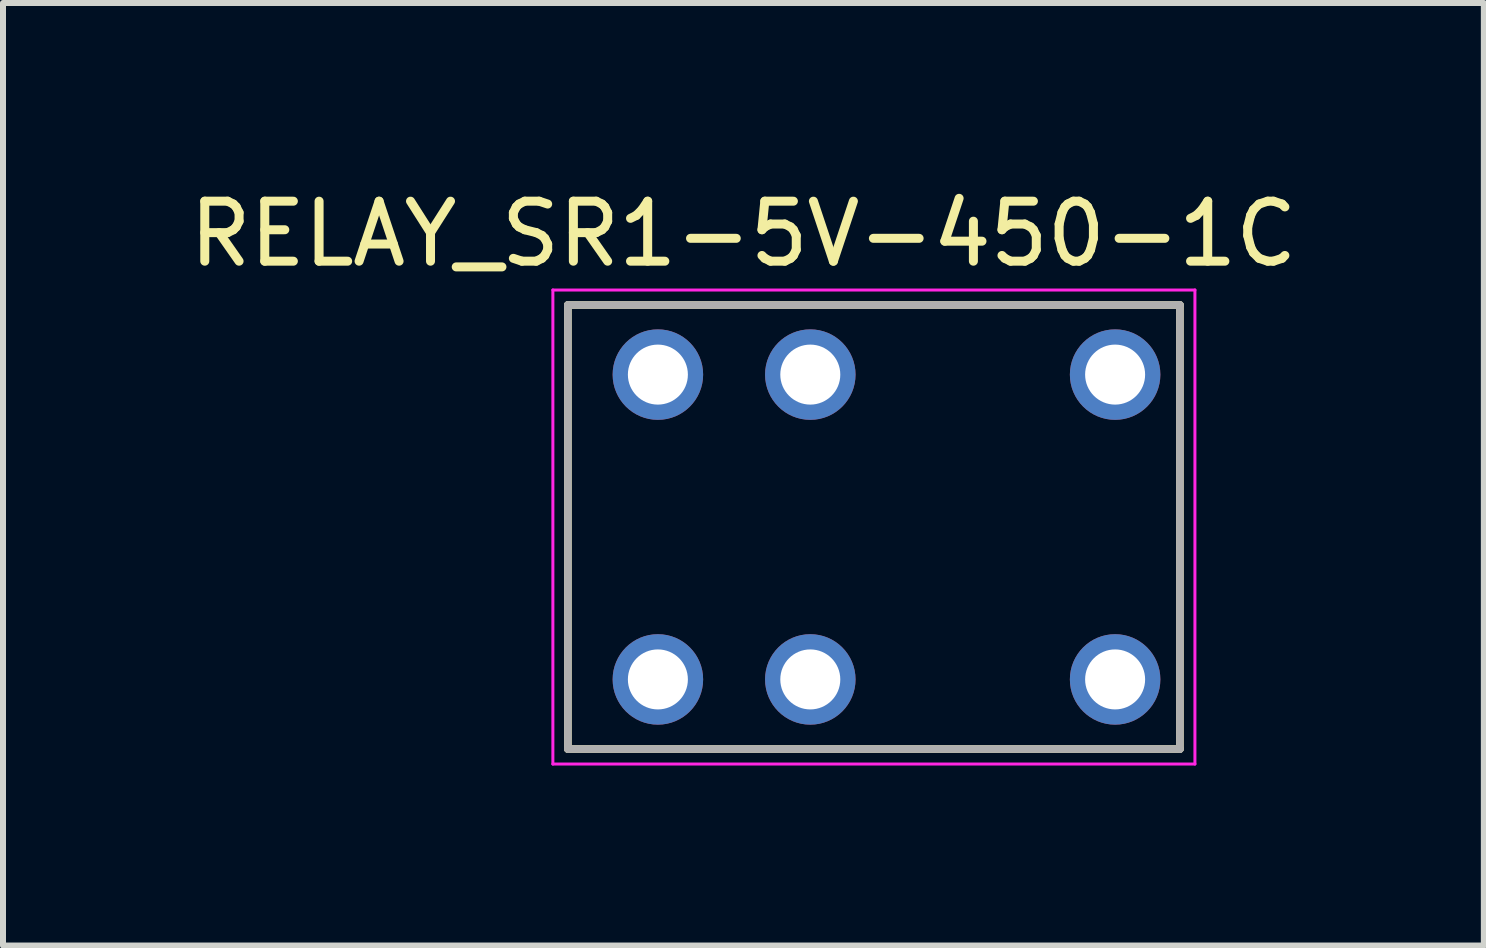
<source format=kicad_pcb>
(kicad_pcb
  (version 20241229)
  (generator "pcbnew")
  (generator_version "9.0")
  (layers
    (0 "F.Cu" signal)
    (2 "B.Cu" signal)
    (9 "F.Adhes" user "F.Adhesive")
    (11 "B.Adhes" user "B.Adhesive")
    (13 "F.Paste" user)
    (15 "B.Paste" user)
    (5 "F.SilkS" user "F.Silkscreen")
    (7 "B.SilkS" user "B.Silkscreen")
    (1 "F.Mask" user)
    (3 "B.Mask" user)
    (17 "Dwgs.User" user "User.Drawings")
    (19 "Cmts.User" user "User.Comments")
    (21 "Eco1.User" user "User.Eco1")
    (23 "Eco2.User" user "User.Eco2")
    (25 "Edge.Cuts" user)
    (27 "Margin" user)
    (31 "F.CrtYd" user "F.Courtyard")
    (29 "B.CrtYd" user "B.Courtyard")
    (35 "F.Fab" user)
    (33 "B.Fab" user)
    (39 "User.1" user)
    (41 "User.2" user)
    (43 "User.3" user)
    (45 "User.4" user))
  (footprint "RELAY_SR1-5V-450-1C"
    (layer "F.Cu")
    (at 11.514 5.733)
    (property "Reference" "RELAY_SR1-5V-450-1C" (at -2.175 -4.885 0) (layer "F.SilkS") (effects (font (size 1 1) (thickness 0.15))))
    (attr through_hole)
    (fp_line (start -5.1 -3.7) (end 5.1 -3.7) (stroke (width 0.127) (type solid)) (layer "F.SilkS"))
    (fp_line (start -5.1 3.7) (end -5.1 -3.7) (stroke (width 0.127) (type solid)) (layer "F.SilkS"))
    (fp_line (start 5.1 -3.7) (end 5.1 3.7) (stroke (width 0.127) (type solid)) (layer "F.SilkS"))
    (fp_line (start 5.1 3.7) (end -5.1 3.7) (stroke (width 0.127) (type solid)) (layer "F.SilkS"))
    (fp_line (start -5.35 -3.95) (end -5.35 3.95) (stroke (width 0.05) (type solid)) (layer "F.CrtYd"))
    (fp_line (start -5.35 3.95) (end 5.35 3.95) (stroke (width 0.05) (type solid)) (layer "F.CrtYd"))
    (fp_line (start 5.35 -3.95) (end -5.35 -3.95) (stroke (width 0.05) (type solid)) (layer "F.CrtYd"))
    (fp_line (start 5.35 3.95) (end 5.35 -3.95) (stroke (width 0.05) (type solid)) (layer "F.CrtYd"))
    (fp_line (start -5.1 -3.7) (end 5.1 -3.7) (stroke (width 0.127) (type solid)) (layer "F.Fab"))
    (fp_line (start -5.1 3.7) (end -5.1 -3.7) (stroke (width 0.127) (type solid)) (layer "F.Fab"))
    (fp_line (start 5.1 -3.7) (end 5.1 3.7) (stroke (width 0.127) (type solid)) (layer "F.Fab"))
    (fp_line (start 5.1 3.7) (end -5.1 3.7) (stroke (width 0.127) (type solid)) (layer "F.Fab"))
    (pad "A1" thru_hole circle (at -1.06 -2.54) (size 1.508 1.508) (drill 1) (layers "*.Cu" "*.Mask"))
    (pad "A2" thru_hole circle (at -1.06 2.54) (size 1.508 1.508) (drill 1) (layers "*.Cu" "*.Mask"))
    (pad "COM_1" thru_hole circle (at 4.02 -2.54) (size 1.508 1.508) (drill 1) (layers "*.Cu" "*.Mask"))
    (pad "COM_2" thru_hole circle (at 4.02 2.54) (size 1.508 1.508) (drill 1) (layers "*.Cu" "*.Mask"))
    (pad "NC" thru_hole circle (at -3.6 2.54) (size 1.508 1.508) (drill 1) (layers "*.Cu" "*.Mask"))
    (pad "NO" thru_hole circle (at -3.6 -2.54) (size 1.508 1.508) (drill 1) (layers "*.Cu" "*.Mask")))
  (gr_rect
    (start -3 -3)
    (end 21.679 12.708)
    (stroke (width 0.1) (type default))
    (fill no)
    (layer "Edge.Cuts")))
</source>
